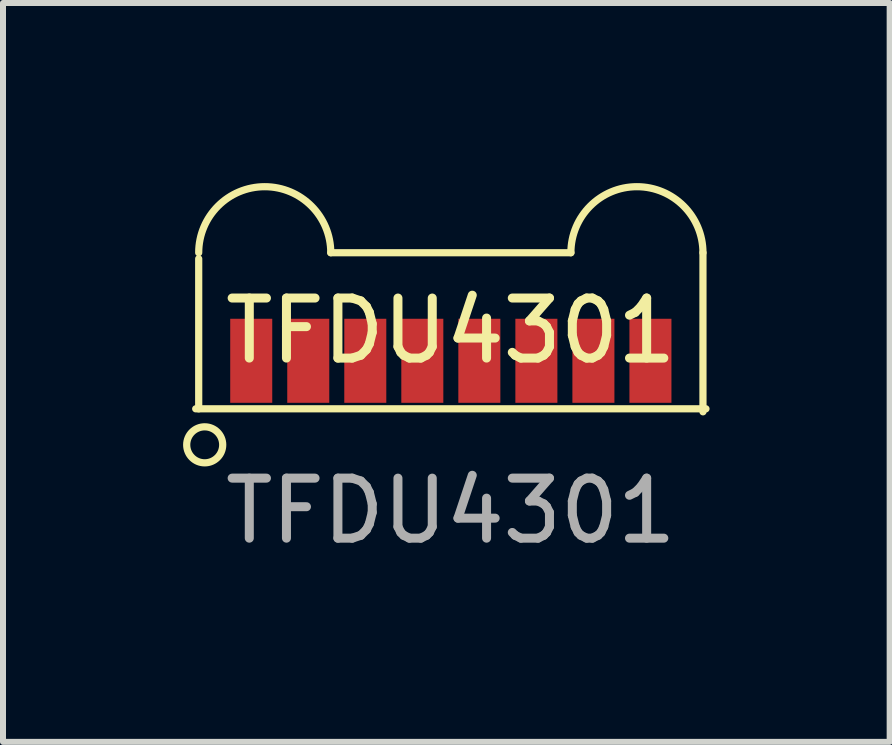
<source format=kicad_pcb>
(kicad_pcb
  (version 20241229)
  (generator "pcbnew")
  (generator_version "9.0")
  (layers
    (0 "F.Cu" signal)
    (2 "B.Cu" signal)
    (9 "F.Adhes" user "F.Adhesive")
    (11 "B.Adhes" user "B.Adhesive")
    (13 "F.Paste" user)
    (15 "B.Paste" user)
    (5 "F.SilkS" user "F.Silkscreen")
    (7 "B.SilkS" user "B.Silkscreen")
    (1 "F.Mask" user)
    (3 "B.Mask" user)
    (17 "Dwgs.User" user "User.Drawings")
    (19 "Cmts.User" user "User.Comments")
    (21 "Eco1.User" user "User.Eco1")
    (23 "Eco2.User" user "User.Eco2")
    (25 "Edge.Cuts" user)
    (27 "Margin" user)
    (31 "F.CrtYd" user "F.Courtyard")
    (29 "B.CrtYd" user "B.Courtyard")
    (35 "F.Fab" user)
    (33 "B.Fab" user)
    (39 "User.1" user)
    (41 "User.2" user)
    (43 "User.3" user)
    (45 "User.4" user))
  (footprint "TFDU4301"
    (layer "F.Cu")
    (at 4.46 2.96)
    (property "Reference" "TFDU4301" (at 0 -0.5 0) (unlocked yes) (layer "F.SilkS") (effects (font (size 1 1) (thickness 0.15))))
    (attr smd)
    (fp_line (start -4.25 0.8) (end 4.25 0.8) (stroke (width 0.12) (type default)) (layer "F.SilkS"))
    (fp_line (start -4.2 -1.7) (end -4.2 0.8) (stroke (width 0.12) (type default)) (layer "F.SilkS"))
    (fp_line (start -2 -1.8) (end 2 -1.8) (stroke (width 0.12) (type default)) (layer "F.SilkS"))
    (fp_line (start 4.2 0.85) (end 4.2 -1.8) (stroke (width 0.12) (type default)) (layer "F.SilkS"))
    (fp_arc (start -4.2 -1.8) (mid -3.1 -2.9) (end -2 -1.8) (stroke (width 0.12) (type default)) (layer "F.SilkS"))
    (fp_arc (start 2 -1.8) (mid 3.1 -2.9) (end 4.2 -1.8) (stroke (width 0.12) (type default)) (layer "F.SilkS"))
    (fp_circle (center -4.1 1.4) (end -4.1 1.1) (stroke (width 0.12) (type default)) (fill no) (layer "F.SilkS"))
    (fp_text user "${REFERENCE}" (at 0 2.5 0) (unlocked yes) (layer "F.Fab") (effects (font (size 1 1) (thickness 0.15))))
    (pad "1" smd rect (at -3.325 0) (size 0.7 1.4) (layers "F.Cu" "F.Mask" "F.Paste"))
    (pad "2" smd rect (at -2.375 0) (size 0.7 1.4) (layers "F.Cu" "F.Mask" "F.Paste"))
    (pad "3" smd rect (at -1.425 0) (size 0.7 1.4) (layers "F.Cu" "F.Mask" "F.Paste"))
    (pad "4" smd rect (at -0.475 0) (size 0.7 1.4) (layers "F.Cu" "F.Mask" "F.Paste"))
    (pad "5" smd rect (at 0.475 0) (size 0.7 1.4) (layers "F.Cu" "F.Mask" "F.Paste"))
    (pad "6" smd rect (at 1.425 0) (size 0.7 1.4) (layers "F.Cu" "F.Mask" "F.Paste"))
    (pad "7" smd rect (at 2.375 0) (size 0.7 1.4) (layers "F.Cu" "F.Mask" "F.Paste"))
    (pad "8" smd rect (at 3.325 0) (size 0.7 1.4) (layers "F.Cu" "F.Mask" "F.Paste")))
  (gr_rect
    (start -3 -3)
    (end 11.77 9.308)
    (stroke (width 0.1) (type default))
    (fill no)
    (layer "Edge.Cuts")))
</source>
